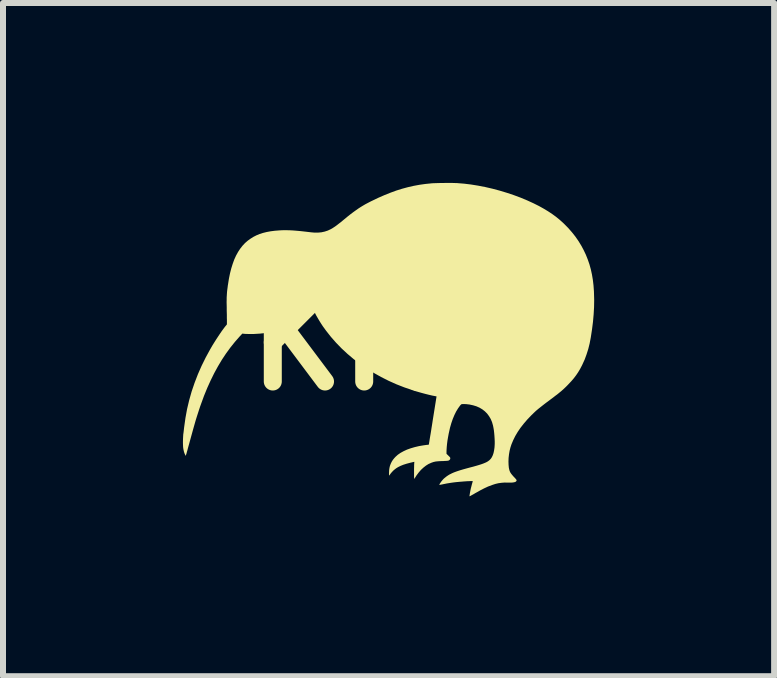
<source format=kicad_pcb>
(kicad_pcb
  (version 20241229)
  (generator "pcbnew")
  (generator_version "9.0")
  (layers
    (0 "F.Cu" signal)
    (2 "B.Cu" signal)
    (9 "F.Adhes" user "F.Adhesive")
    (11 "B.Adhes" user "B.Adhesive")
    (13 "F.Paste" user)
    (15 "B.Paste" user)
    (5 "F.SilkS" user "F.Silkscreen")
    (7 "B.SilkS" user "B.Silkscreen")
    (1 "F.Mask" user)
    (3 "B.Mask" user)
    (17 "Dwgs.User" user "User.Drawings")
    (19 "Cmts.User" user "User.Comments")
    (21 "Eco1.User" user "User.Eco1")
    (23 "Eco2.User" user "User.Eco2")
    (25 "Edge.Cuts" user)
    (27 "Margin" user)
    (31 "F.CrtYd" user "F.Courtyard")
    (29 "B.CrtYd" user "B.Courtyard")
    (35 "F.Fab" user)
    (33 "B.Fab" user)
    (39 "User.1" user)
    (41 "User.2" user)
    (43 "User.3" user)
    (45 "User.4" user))
  (footprint "Kiwi"
    (layer "F.Cu")
    (at 3.421 2.621)
    (property "Reference" "Kiwi" (at 0 0 0) (layer "F.SilkS") (effects (font (size 1.524 1.524) (thickness 0.3))))
    (attr board_only exclude_from_pos_files exclude_from_bom)
    (fp_poly (pts (xy 1.031 -2.621) (xy 1.067 -2.621) (xy 1.1 -2.62) (xy 1.128 -2.619) (xy 1.151 -2.619) (xy 1.154 -2.618) (xy 1.266 -2.609) (xy 1.381 -2.595) (xy 1.499 -2.576) (xy 1.618 -2.553) (xy 1.739 -2.525) (xy 1.859 -2.493) (xy 1.978 -2.457) (xy 2.095 -2.418) (xy 2.208 -2.376) (xy 2.318 -2.33) (xy 2.423 -2.282) (xy 2.515 -2.236) (xy 2.594 -2.192) (xy 2.667 -2.148) (xy 2.735 -2.103) (xy 2.798 -2.057) (xy 2.857 -2.009) (xy 2.913 -1.959) (xy 2.934 -1.939) (xy 3.003 -1.869) (xy 3.065 -1.798) (xy 3.122 -1.726) (xy 3.174 -1.651) (xy 3.221 -1.574) (xy 3.259 -1.503) (xy 3.296 -1.425) (xy 3.328 -1.345) (xy 3.356 -1.264) (xy 3.379 -1.181) (xy 3.398 -1.094) (xy 3.413 -1.005) (xy 3.424 -0.911) (xy 3.431 -0.813) (xy 3.434 -0.709) (xy 3.435 -0.669) (xy 3.433 -0.549) (xy 3.426 -0.429) (xy 3.415 -0.305) (xy 3.399 -0.179) (xy 3.379 -0.048) (xy 3.377 -0.037) (xy 3.359 0.057) (xy 3.336 0.149) (xy 3.308 0.237) (xy 3.277 0.322) (xy 3.241 0.401) (xy 3.232 0.42) (xy 3.201 0.479) (xy 3.169 0.533) (xy 3.134 0.585) (xy 3.096 0.635) (xy 3.054 0.684) (xy 3.007 0.734) (xy 2.984 0.758) (xy 2.964 0.778) (xy 2.944 0.797) (xy 2.926 0.814) (xy 2.907 0.831) (xy 2.887 0.849) (xy 2.866 0.866) (xy 2.843 0.885) (xy 2.817 0.906) (xy 2.787 0.928) (xy 2.754 0.954) (xy 2.716 0.982) (xy 2.69 1.002) (xy 2.648 1.033) (xy 2.611 1.061) (xy 2.579 1.086) (xy 2.551 1.108) (xy 2.526 1.128) (xy 2.503 1.146) (xy 2.483 1.163) (xy 2.464 1.179) (xy 2.446 1.196) (xy 2.429 1.212) (xy 2.411 1.23) (xy 2.392 1.248) (xy 2.387 1.253) (xy 2.32 1.323) (xy 2.26 1.393) (xy 2.206 1.462) (xy 2.16 1.53) (xy 2.119 1.599) (xy 2.085 1.668) (xy 2.056 1.737) (xy 2.039 1.789) (xy 2.025 1.844) (xy 2.015 1.903) (xy 2.008 1.964) (xy 2.006 2.025) (xy 2.008 2.083) (xy 2.009 2.091) (xy 2.012 2.125) (xy 2.018 2.154) (xy 2.025 2.179) (xy 2.035 2.202) (xy 2.049 2.224) (xy 2.067 2.247) (xy 2.089 2.272) (xy 2.097 2.281) (xy 2.116 2.3) (xy 2.129 2.316) (xy 2.138 2.327) (xy 2.142 2.334) (xy 2.142 2.334) (xy 2.139 2.347) (xy 2.131 2.357) (xy 2.117 2.365) (xy 2.097 2.37) (xy 2.071 2.374) (xy 2.039 2.375) (xy 2 2.375) (xy 1.995 2.375) (xy 1.941 2.374) (xy 1.89 2.378) (xy 1.839 2.385) (xy 1.788 2.397) (xy 1.736 2.414) (xy 1.68 2.435) (xy 1.664 2.441) (xy 1.641 2.452) (xy 1.617 2.463) (xy 1.592 2.475) (xy 1.566 2.489) (xy 1.536 2.504) (xy 1.503 2.523) (xy 1.465 2.544) (xy 1.457 2.548) (xy 1.434 2.562) (xy 1.413 2.574) (xy 1.394 2.584) (xy 1.379 2.593) (xy 1.367 2.599) (xy 1.361 2.602) (xy 1.36 2.603) (xy 1.357 2.603) (xy 1.356 2.599) (xy 1.357 2.591) (xy 1.363 2.552) (xy 1.37 2.514) (xy 1.378 2.475) (xy 1.389 2.433) (xy 1.398 2.397) (xy 1.403 2.381) (xy 1.407 2.366) (xy 1.409 2.356) (xy 1.411 2.351) (xy 1.411 2.35) (xy 1.407 2.349) (xy 1.398 2.349) (xy 1.383 2.349) (xy 1.363 2.35) (xy 1.34 2.351) (xy 1.314 2.352) (xy 1.286 2.354) (xy 1.256 2.356) (xy 1.226 2.359) (xy 1.196 2.361) (xy 1.167 2.364) (xy 1.141 2.366) (xy 1.124 2.368) (xy 1.091 2.372) (xy 1.055 2.377) (xy 1.017 2.383) (xy 0.98 2.389) (xy 0.945 2.396) (xy 0.914 2.402) (xy 0.902 2.405) (xy 0.885 2.408) (xy 0.87 2.411) (xy 0.86 2.413) (xy 0.855 2.413) (xy 0.854 2.413) (xy 0.854 2.408) (xy 0.858 2.399) (xy 0.865 2.387) (xy 0.875 2.373) (xy 0.886 2.357) (xy 0.899 2.341) (xy 0.912 2.326) (xy 0.924 2.313) (xy 0.935 2.303) (xy 0.956 2.286) (xy 0.976 2.27) (xy 0.997 2.256) (xy 1.019 2.242) (xy 1.043 2.23) (xy 1.069 2.217) (xy 1.097 2.205) (xy 1.129 2.193) (xy 1.164 2.181) (xy 1.204 2.168) (xy 1.248 2.155) (xy 1.298 2.141) (xy 1.353 2.126) (xy 1.411 2.111) (xy 1.465 2.096) (xy 1.512 2.082) (xy 1.553 2.069) (xy 1.589 2.056) (xy 1.62 2.043) (xy 1.634 2.037) (xy 1.664 2.02) (xy 1.69 2) (xy 1.712 1.977) (xy 1.73 1.95) (xy 1.745 1.918) (xy 1.757 1.882) (xy 1.766 1.84) (xy 1.773 1.793) (xy 1.775 1.765) (xy 1.777 1.728) (xy 1.777 1.686) (xy 1.775 1.641) (xy 1.772 1.594) (xy 1.768 1.548) (xy 1.763 1.503) (xy 1.756 1.462) (xy 1.749 1.426) (xy 1.748 1.422) (xy 1.732 1.366) (xy 1.71 1.314) (xy 1.682 1.267) (xy 1.65 1.224) (xy 1.613 1.187) (xy 1.571 1.154) (xy 1.524 1.126) (xy 1.472 1.103) (xy 1.416 1.086) (xy 1.356 1.073) (xy 1.304 1.067) (xy 1.284 1.066) (xy 1.266 1.065) (xy 1.25 1.065) (xy 1.238 1.066) (xy 1.228 1.067) (xy 1.221 1.069) (xy 1.215 1.074) (xy 1.208 1.081) (xy 1.199 1.091) (xy 1.165 1.138) (xy 1.133 1.191) (xy 1.104 1.25) (xy 1.077 1.315) (xy 1.053 1.385) (xy 1.031 1.462) (xy 1.013 1.543) (xy 1.01 1.556) (xy 0.999 1.616) (xy 0.989 1.674) (xy 0.982 1.729) (xy 0.977 1.781) (xy 0.974 1.828) (xy 0.973 1.86) (xy 0.973 1.895) (xy 1.005 1.926) (xy 1.018 1.939) (xy 1.027 1.948) (xy 1.032 1.955) (xy 1.035 1.961) (xy 1.036 1.966) (xy 1.036 1.971) (xy 1.033 1.985) (xy 1.023 1.998) (xy 1.009 2.007) (xy 1.002 2.009) (xy 0.995 2.01) (xy 0.982 2.012) (xy 0.963 2.013) (xy 0.941 2.014) (xy 0.916 2.016) (xy 0.898 2.016) (xy 0.864 2.017) (xy 0.837 2.019) (xy 0.814 2.021) (xy 0.794 2.023) (xy 0.776 2.027) (xy 0.758 2.031) (xy 0.74 2.037) (xy 0.72 2.044) (xy 0.718 2.045) (xy 0.673 2.065) (xy 0.63 2.092) (xy 0.588 2.125) (xy 0.547 2.163) (xy 0.509 2.207) (xy 0.473 2.255) (xy 0.446 2.298) (xy 0.436 2.315) (xy 0.433 2.289) (xy 0.432 2.279) (xy 0.432 2.264) (xy 0.432 2.244) (xy 0.432 2.221) (xy 0.432 2.195) (xy 0.432 2.169) (xy 0.432 2.141) (xy 0.433 2.115) (xy 0.433 2.091) (xy 0.434 2.07) (xy 0.435 2.053) (xy 0.436 2.042) (xy 0.436 2.038) (xy 0.437 2.031) (xy 0.435 2.028) (xy 0.429 2.029) (xy 0.427 2.03) (xy 0.419 2.032) (xy 0.406 2.035) (xy 0.39 2.039) (xy 0.371 2.043) (xy 0.368 2.044) (xy 0.308 2.06) (xy 0.254 2.077) (xy 0.207 2.096) (xy 0.165 2.117) (xy 0.137 2.134) (xy 0.113 2.152) (xy 0.088 2.173) (xy 0.065 2.197) (xy 0.045 2.22) (xy 0.035 2.234) (xy 0.027 2.245) (xy 0.021 2.253) (xy 0.017 2.257) (xy 0.016 2.257) (xy 0.015 2.254) (xy 0.015 2.245) (xy 0.014 2.231) (xy 0.015 2.213) (xy 0.015 2.202) (xy 0.017 2.164) (xy 0.022 2.13) (xy 0.029 2.099) (xy 0.04 2.069) (xy 0.048 2.05) (xy 0.063 2.021) (xy 0.08 1.995) (xy 0.1 1.97) (xy 0.124 1.944) (xy 0.124 1.944) (xy 0.162 1.91) (xy 0.207 1.879) (xy 0.258 1.851) (xy 0.314 1.825) (xy 0.376 1.803) (xy 0.444 1.783) (xy 0.516 1.766) (xy 0.593 1.753) (xy 0.644 1.746) (xy 0.658 1.745) (xy 0.67 1.743) (xy 0.677 1.742) (xy 0.678 1.741) (xy 0.679 1.738) (xy 0.681 1.728) (xy 0.683 1.712) (xy 0.687 1.69) (xy 0.691 1.663) (xy 0.696 1.632) (xy 0.702 1.596) (xy 0.709 1.556) (xy 0.716 1.513) (xy 0.723 1.466) (xy 0.731 1.417) (xy 0.739 1.366) (xy 0.743 1.339) (xy 0.807 0.938) (xy 0.788 0.934) (xy 0.736 0.924) (xy 0.68 0.911) (xy 0.62 0.896) (xy 0.56 0.88) (xy 0.5 0.863) (xy 0.442 0.846) (xy 0.406 0.834) (xy 0.269 0.787) (xy 0.136 0.735) (xy 0.007 0.677) (xy -0.118 0.614) (xy -0.239 0.546) (xy -0.356 0.474) (xy -0.468 0.396) (xy -0.576 0.315) (xy -0.679 0.228) (xy -0.776 0.138) (xy -0.868 0.043) (xy -0.955 -0.056) (xy -1.036 -0.159) (xy -1.07 -0.206) (xy -1.089 -0.232) (xy -1.108 -0.261) (xy -1.128 -0.292) (xy -1.147 -0.323) (xy -1.165 -0.353) (xy -1.182 -0.382) (xy -1.197 -0.408) (xy -1.209 -0.431) (xy -1.218 -0.449) (xy -1.22 -0.454) (xy -1.224 -0.462) (xy -1.226 -0.468) (xy -1.227 -0.468) (xy -1.23 -0.467) (xy -1.237 -0.462) (xy -1.248 -0.454) (xy -1.261 -0.444) (xy -1.265 -0.441) (xy -1.351 -0.38) (xy -1.441 -0.325) (xy -1.535 -0.275) (xy -1.632 -0.231) (xy -1.732 -0.194) (xy -1.835 -0.163) (xy -1.941 -0.138) (xy -2.049 -0.119) (xy -2.091 -0.114) (xy -2.138 -0.109) (xy -2.187 -0.106) (xy -2.237 -0.103) (xy -2.287 -0.102) (xy -2.334 -0.103) (xy -2.377 -0.104) (xy -2.411 -0.107) (xy -2.431 -0.109) (xy -2.474 -0.063) (xy -2.554 0.028) (xy -2.63 0.123) (xy -2.703 0.223) (xy -2.772 0.327) (xy -2.837 0.436) (xy -2.9 0.551) (xy -2.959 0.671) (xy -3.016 0.797) (xy -3.07 0.929) (xy -3.113 1.047) (xy -3.133 1.102) (xy -3.152 1.159) (xy -3.171 1.218) (xy -3.191 1.28) (xy -3.211 1.345) (xy -3.231 1.415) (xy -3.252 1.489) (xy -3.274 1.569) (xy -3.293 1.638) (xy -3.307 1.689) (xy -3.319 1.733) (xy -3.33 1.772) (xy -3.339 1.805) (xy -3.346 1.833) (xy -3.353 1.856) (xy -3.358 1.875) (xy -3.362 1.891) (xy -3.366 1.902) (xy -3.369 1.911) (xy -3.371 1.918) (xy -3.372 1.922) (xy -3.373 1.925) (xy -3.374 1.926) (xy -3.374 1.926) (xy -3.377 1.925) (xy -3.381 1.918) (xy -3.386 1.907) (xy -3.392 1.894) (xy -3.398 1.879) (xy -3.403 1.863) (xy -3.405 1.855) (xy -3.41 1.834) (xy -3.414 1.814) (xy -3.417 1.794) (xy -3.419 1.772) (xy -3.42 1.747) (xy -3.421 1.718) (xy -3.421 1.692) (xy -3.42 1.647) (xy -3.418 1.607) (xy -3.416 1.574) (xy -3.415 1.565) (xy -3.412 1.546) (xy -3.409 1.522) (xy -3.406 1.495) (xy -3.403 1.468) (xy -3.4 1.445) (xy -3.379 1.296) (xy -3.352 1.148) (xy -3.317 1.001) (xy -3.276 0.856) (xy -3.227 0.712) (xy -3.172 0.569) (xy -3.11 0.428) (xy -3.041 0.288) (xy -2.965 0.149) (xy -2.96 0.141) (xy -2.932 0.092) (xy -2.901 0.042) (xy -2.87 -0.007) (xy -2.838 -0.056) (xy -2.806 -0.104) (xy -2.776 -0.148) (xy -2.746 -0.189) (xy -2.719 -0.225) (xy -2.703 -0.244) (xy -2.688 -0.263) (xy -2.688 -0.325) (xy -2.688 -0.342) (xy -2.689 -0.365) (xy -2.689 -0.393) (xy -2.689 -0.424) (xy -2.69 -0.458) (xy -2.691 -0.493) (xy -2.691 -0.529) (xy -2.691 -0.544) (xy -2.692 -0.593) (xy -2.693 -0.635) (xy -2.692 -0.674) (xy -2.692 -0.708) (xy -2.69 -0.741) (xy -2.688 -0.773) (xy -2.686 -0.805) (xy -2.682 -0.839) (xy -2.677 -0.876) (xy -2.672 -0.917) (xy -2.67 -0.926) (xy -2.655 -1.022) (xy -2.637 -1.111) (xy -2.616 -1.194) (xy -2.592 -1.271) (xy -2.566 -1.343) (xy -2.536 -1.409) (xy -2.503 -1.469) (xy -2.467 -1.524) (xy -2.428 -1.574) (xy -2.386 -1.619) (xy -2.34 -1.659) (xy -2.294 -1.692) (xy -2.246 -1.722) (xy -2.195 -1.748) (xy -2.142 -1.77) (xy -2.085 -1.788) (xy -2.024 -1.803) (xy -1.959 -1.815) (xy -1.889 -1.824) (xy -1.813 -1.83) (xy -1.797 -1.831) (xy -1.749 -1.833) (xy -1.698 -1.833) (xy -1.644 -1.832) (xy -1.587 -1.829) (xy -1.525 -1.824) (xy -1.459 -1.818) (xy -1.388 -1.81) (xy -1.31 -1.801) (xy -1.295 -1.799) (xy -1.231 -1.793) (xy -1.17 -1.793) (xy -1.113 -1.798) (xy -1.058 -1.81) (xy -1.006 -1.827) (xy -0.955 -1.851) (xy -0.932 -1.864) (xy -0.915 -1.875) (xy -0.898 -1.886) (xy -0.88 -1.898) (xy -0.861 -1.912) (xy -0.84 -1.928) (xy -0.816 -1.947) (xy -0.788 -1.968) (xy -0.757 -1.994) (xy -0.729 -2.017) (xy -0.677 -2.06) (xy -0.629 -2.098) (xy -0.584 -2.132) (xy -0.541 -2.163) (xy -0.5 -2.192) (xy -0.46 -2.218) (xy -0.419 -2.243) (xy -0.378 -2.267) (xy -0.334 -2.29) (xy -0.288 -2.314) (xy -0.271 -2.322) (xy -0.165 -2.373) (xy -0.062 -2.418) (xy 0.038 -2.458) (xy 0.136 -2.494) (xy 0.232 -2.524) (xy 0.328 -2.55) (xy 0.424 -2.572) (xy 0.521 -2.59) (xy 0.62 -2.604) (xy 0.72 -2.614) (xy 0.725 -2.615) (xy 0.745 -2.616) (xy 0.77 -2.617) (xy 0.801 -2.618) (xy 0.836 -2.619) (xy 0.874 -2.62) (xy 0.913 -2.62) (xy 0.953 -2.621) (xy 0.993 -2.621)) (stroke (width 0) (type solid)) (fill yes) (layer "F.SilkS")))
  (gr_rect
    (start -3 -3)
    (end 9.856 8.224)
    (stroke (width 0.1) (type default))
    (fill no)
    (layer "Edge.Cuts")))
</source>
